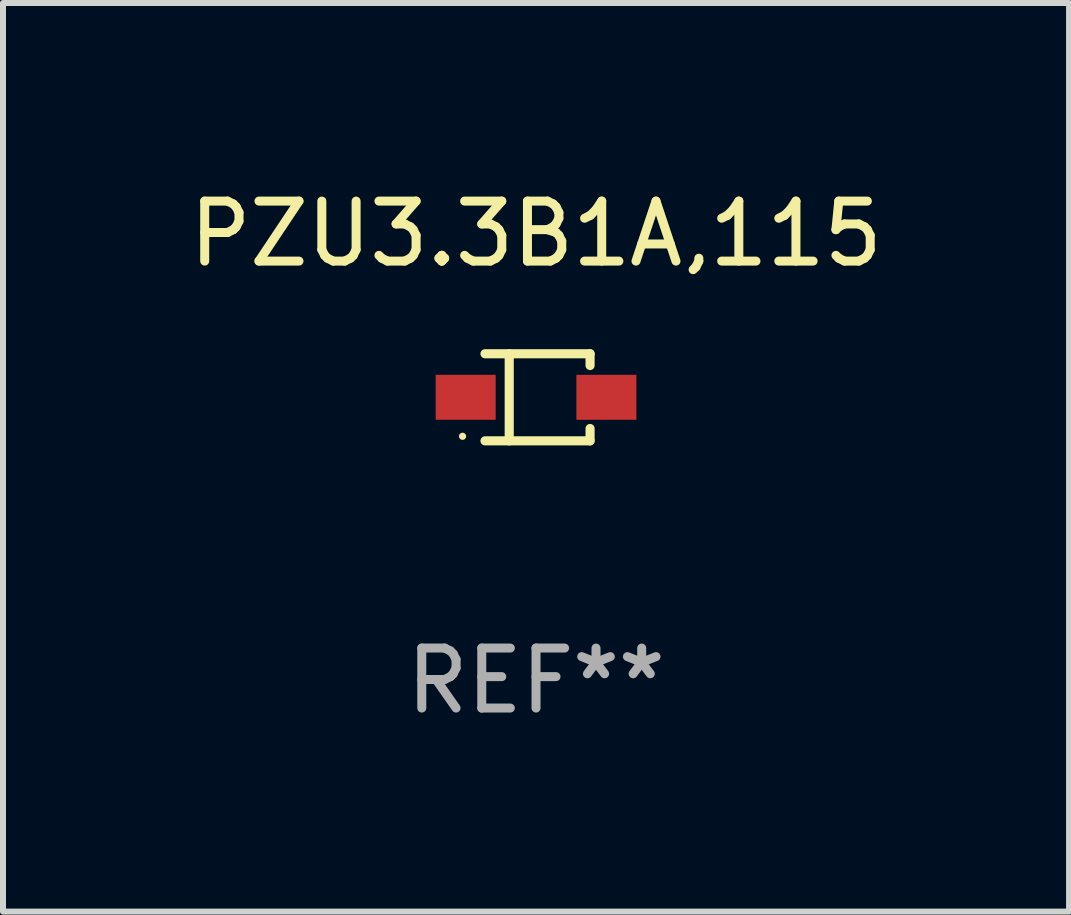
<source format=kicad_pcb>
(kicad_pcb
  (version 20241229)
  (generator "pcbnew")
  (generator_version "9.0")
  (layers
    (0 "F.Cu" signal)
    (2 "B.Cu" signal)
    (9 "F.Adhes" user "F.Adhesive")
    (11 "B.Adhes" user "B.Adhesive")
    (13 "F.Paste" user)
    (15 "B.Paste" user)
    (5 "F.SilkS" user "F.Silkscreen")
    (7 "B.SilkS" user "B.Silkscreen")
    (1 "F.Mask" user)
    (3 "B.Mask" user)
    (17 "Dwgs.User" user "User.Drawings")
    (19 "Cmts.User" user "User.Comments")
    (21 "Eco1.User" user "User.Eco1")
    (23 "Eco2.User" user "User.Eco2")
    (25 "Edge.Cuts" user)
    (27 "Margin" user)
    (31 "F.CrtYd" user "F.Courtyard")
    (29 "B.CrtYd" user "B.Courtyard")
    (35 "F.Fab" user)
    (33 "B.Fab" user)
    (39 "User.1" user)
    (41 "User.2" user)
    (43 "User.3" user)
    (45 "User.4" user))
  (footprint "PZU3.3B1A,115"
    (layer "F.Cu")
    (at 5.887 3.574)
    (property "Reference" "PZU3.3B1A,115" (at 0 -2.726 0) (layer "F.SilkS") (effects (font (size 1 1) (thickness 0.15))))
    (attr through_hole)
    (fp_line (start -0.851 -0.726) (end 0.901 -0.726) (stroke (width 0.152) (type solid)) (layer "F.SilkS"))
    (fp_line (start -0.851 0.726) (end 0.901 0.726) (stroke (width 0.152) (type solid)) (layer "F.SilkS"))
    (fp_line (start -0.447 -0.726) (end -0.447 0.726) (stroke (width 0.152) (type solid)) (layer "F.SilkS"))
    (fp_line (start 0.901 -0.726) (end 0.901 -0.53) (stroke (width 0.152) (type solid)) (layer "F.SilkS"))
    (fp_line (start 0.901 0.726) (end 0.901 0.52) (stroke (width 0.152) (type solid)) (layer "F.SilkS"))
    (fp_circle (center -1.225 0.65) (end -1.195 0.65) (stroke (width 0.06) (type solid)) (fill no) (layer "F.SilkS"))
    (fp_text user "REF**" (at 0 4.726 0) (layer "F.Fab") (effects (font (size 1 1) (thickness 0.15))))
    (pad "1" smd rect (at -1.173 0) (size 1 0.75) (layers "F.Cu" "F.Mask" "F.Paste"))
    (pad "2" smd rect (at 1.173 0) (size 1 0.75) (layers "F.Cu" "F.Mask" "F.Paste")))
  (gr_rect
    (start -3 -3)
    (end 14.774 12.149)
    (stroke (width 0.1) (type default))
    (fill no)
    (layer "Edge.Cuts")))
</source>
